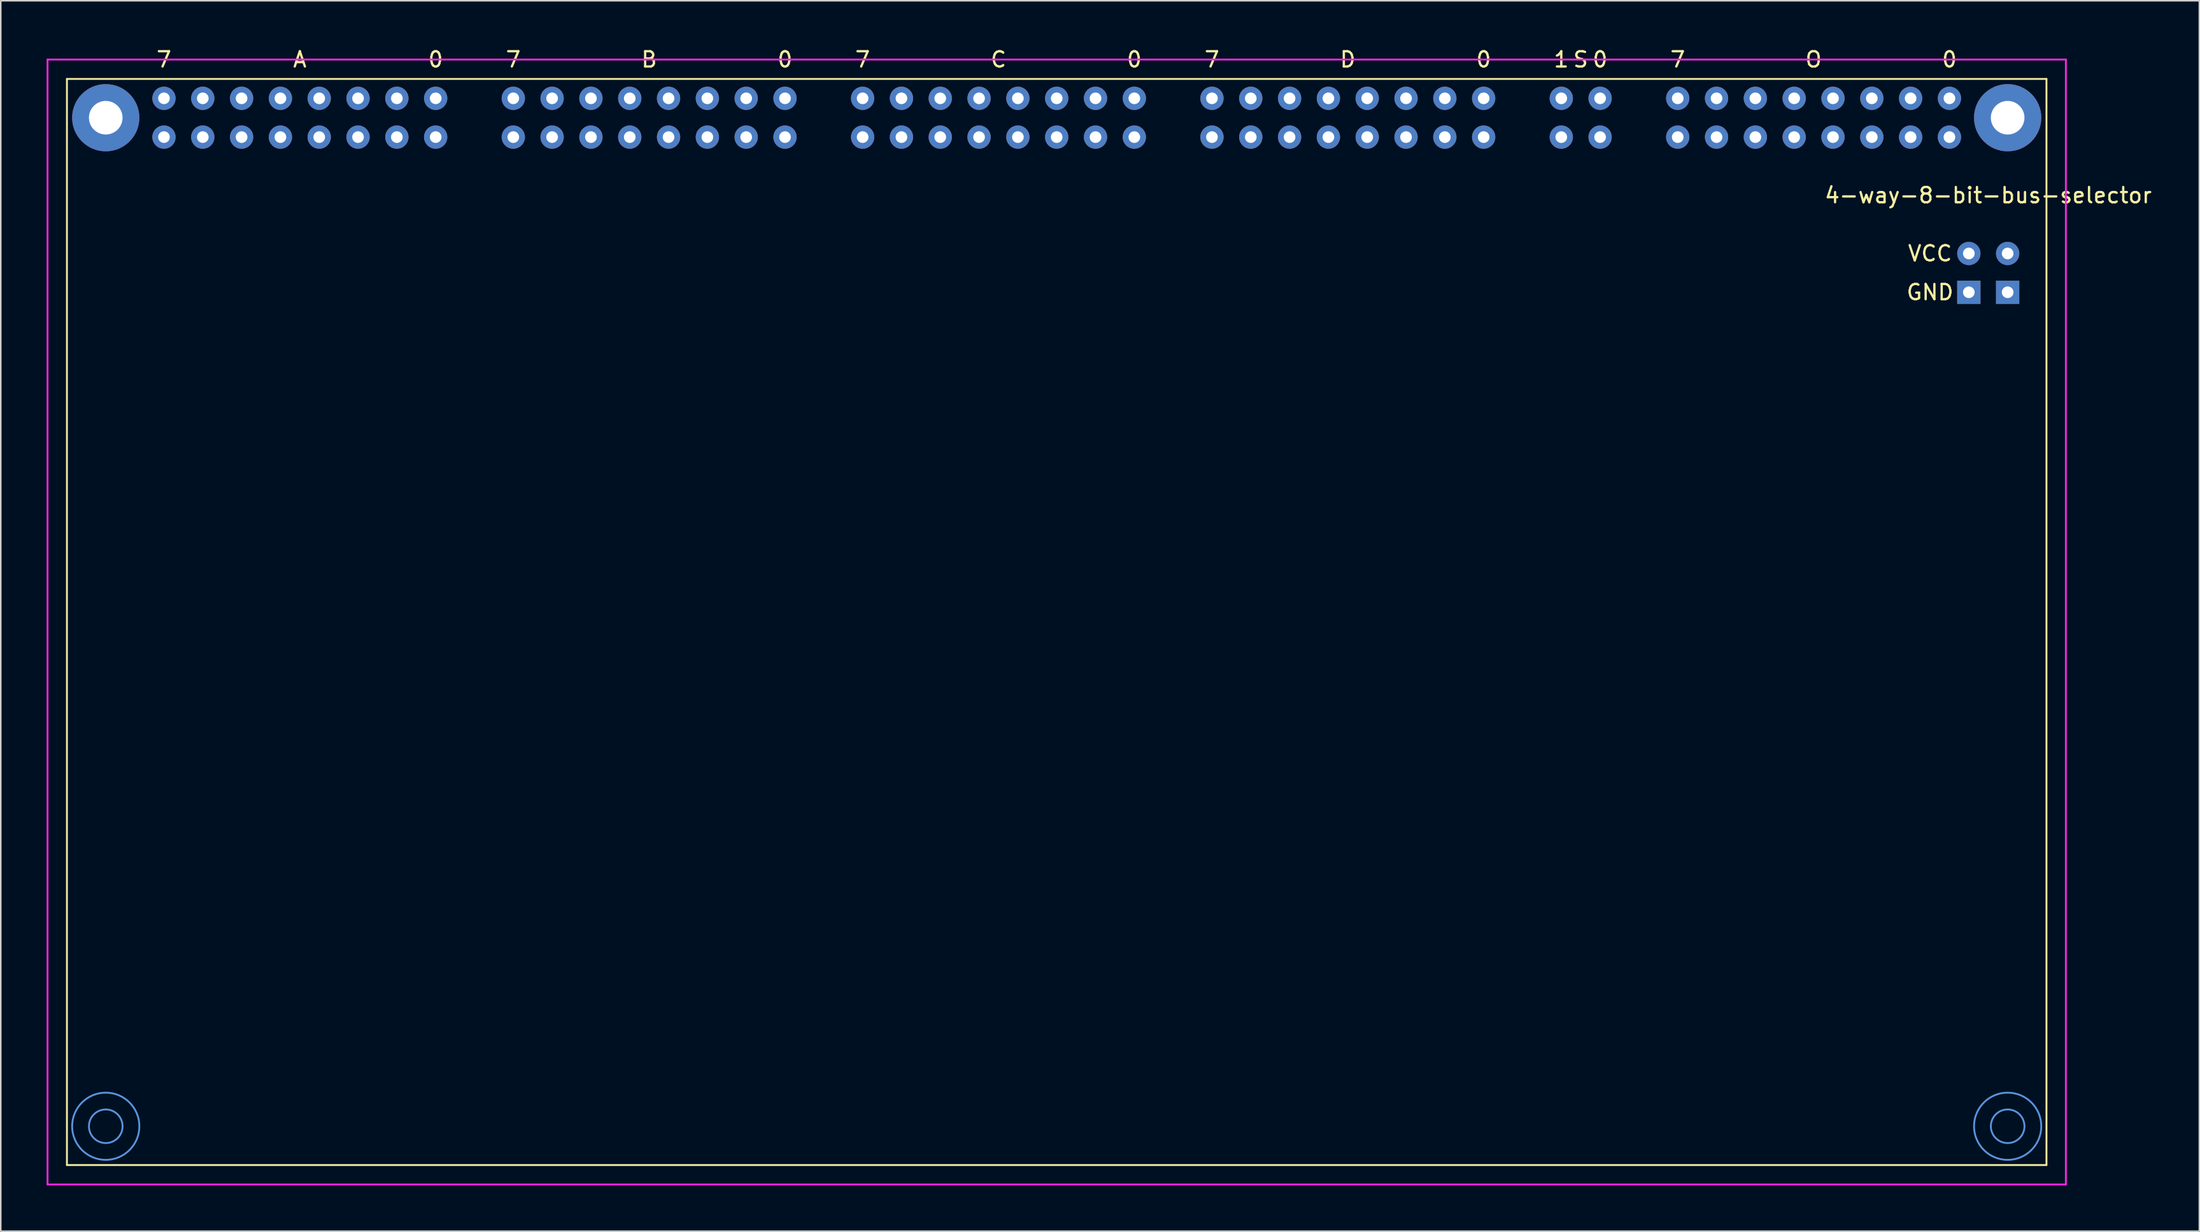
<source format=kicad_pcb>
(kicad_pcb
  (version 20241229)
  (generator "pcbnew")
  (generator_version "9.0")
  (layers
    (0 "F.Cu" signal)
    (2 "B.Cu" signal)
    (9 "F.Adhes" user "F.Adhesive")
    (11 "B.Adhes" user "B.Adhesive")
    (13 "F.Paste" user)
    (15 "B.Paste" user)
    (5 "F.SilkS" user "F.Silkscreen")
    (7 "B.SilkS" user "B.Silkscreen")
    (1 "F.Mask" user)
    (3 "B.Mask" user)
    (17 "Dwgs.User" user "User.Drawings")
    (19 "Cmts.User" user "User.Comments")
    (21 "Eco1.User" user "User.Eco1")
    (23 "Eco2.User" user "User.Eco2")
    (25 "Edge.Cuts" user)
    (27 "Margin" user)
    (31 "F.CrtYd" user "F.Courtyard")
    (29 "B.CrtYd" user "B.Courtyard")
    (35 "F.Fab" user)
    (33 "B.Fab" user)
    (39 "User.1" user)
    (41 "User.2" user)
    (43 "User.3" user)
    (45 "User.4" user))
  (footprint "4-way-8-bit-bus-selector"
    (layer "F.Cu")
    (at 7.68 3.388)
    (property "Reference" "4-way-8-bit-bus-selector" (at 119.38 6.35 0) (layer "F.SilkS") (effects (font (size 1 1) (thickness 0.15))))
    (attr through_hole)
    (fp_line (start -6.35 -1.27) (end 123.19 -1.27) (stroke (width 0.12) (type solid)) (layer "F.SilkS"))
    (fp_line (start -6.35 69.85) (end -6.35 -1.27) (stroke (width 0.12) (type solid)) (layer "F.SilkS"))
    (fp_line (start 123.19 -1.27) (end 123.19 69.85) (stroke (width 0.12) (type solid)) (layer "F.SilkS"))
    (fp_line (start 123.19 69.85) (end -6.35 69.85) (stroke (width 0.12) (type solid)) (layer "F.SilkS"))
    (fp_circle (center -3.81 67.31) (end -2.71 67.31) (stroke (width 0.12) (type solid)) (fill no) (layer "Cmts.User"))
    (fp_circle (center -3.81 67.31) (end -1.61 67.31) (stroke (width 0.12) (type solid)) (fill no) (layer "Cmts.User"))
    (fp_circle (center 120.65 67.31) (end 121.75 67.31) (stroke (width 0.12) (type solid)) (fill no) (layer "Cmts.User"))
    (fp_circle (center 120.65 67.31) (end 122.85 67.31) (stroke (width 0.12) (type solid)) (fill no) (layer "Cmts.User"))
    (fp_line (start -7.62 -2.54) (end 124.46 -2.54) (stroke (width 0.12) (type solid)) (layer "F.CrtYd"))
    (fp_line (start -7.62 71.12) (end -7.62 -2.54) (stroke (width 0.12) (type solid)) (layer "F.CrtYd"))
    (fp_line (start 124.46 -2.54) (end 124.46 71.12) (stroke (width 0.12) (type solid)) (layer "F.CrtYd"))
    (fp_line (start 124.46 71.12) (end -7.62 71.12) (stroke (width 0.12) (type solid)) (layer "F.CrtYd"))
    (fp_text user "A" (at 8.89 -2.54 0) (layer "F.SilkS") (effects (font (size 1 1) (thickness 0.15))))
    (fp_text user "C" (at 54.61 -2.54 0) (layer "F.SilkS") (effects (font (size 1 1) (thickness 0.15))))
    (fp_text user "0" (at 86.36 -2.54 0) (layer "F.SilkS") (effects (font (size 1 1) (thickness 0.15))))
    (fp_text user "O" (at 107.95 -2.54 0) (layer "F.SilkS") (effects (font (size 1 1) (thickness 0.15))))
    (fp_text user "0" (at 116.84 -2.54 0) (layer "F.SilkS") (effects (font (size 1 1) (thickness 0.15))))
    (fp_text user "7" (at 45.72 -2.54 0) (layer "F.SilkS") (effects (font (size 1 1) (thickness 0.15))))
    (fp_text user "0" (at 40.64 -2.54 0) (layer "F.SilkS") (effects (font (size 1 1) (thickness 0.15))))
    (fp_text user "0" (at 17.78 -2.54 0) (layer "F.SilkS") (effects (font (size 1 1) (thickness 0.15))))
    (fp_text user "7" (at 68.58 -2.54 0) (layer "F.SilkS") (effects (font (size 1 1) (thickness 0.15))))
    (fp_text user "VCC" (at 115.57 10.16 0) (layer "F.SilkS") (effects (font (size 1 1) (thickness 0.15))))
    (fp_text user "0" (at 63.5 -2.54 0) (layer "F.SilkS") (effects (font (size 1 1) (thickness 0.15))))
    (fp_text user "7" (at 22.86 -2.54 0) (layer "F.SilkS") (effects (font (size 1 1) (thickness 0.15))))
    (fp_text user "7" (at 99.06 -2.54 0) (layer "F.SilkS") (effects (font (size 1 1) (thickness 0.15))))
    (fp_text user "D" (at 77.47 -2.54 0) (layer "F.SilkS") (effects (font (size 1 1) (thickness 0.15))))
    (fp_text user "1" (at 91.44 -2.54 0) (layer "F.SilkS") (effects (font (size 1 1) (thickness 0.15))))
    (fp_text user "S" (at 92.71 -2.54 0) (layer "F.SilkS") (effects (font (size 1 1) (thickness 0.15))))
    (fp_text user "GND" (at 115.57 12.7 0) (layer "F.SilkS") (effects (font (size 1 1) (thickness 0.15))))
    (fp_text user "B" (at 31.75 -2.54 0) (layer "F.SilkS") (effects (font (size 1 1) (thickness 0.15))))
    (fp_text user "0" (at 93.98 -2.54 0) (layer "F.SilkS") (effects (font (size 1 1) (thickness 0.15))))
    (fp_text user "7" (at 0 -2.54 0) (layer "F.SilkS") (effects (font (size 1 1) (thickness 0.15))))
    (pad "" thru_hole circle (at -3.81 1.27) (size 4.4 4.4) (drill 2.2) (layers "*.Cu" "*.Mask"))
    (pad "" thru_hole circle (at 120.65 1.27) (size 4.4 4.4) (drill 2.2) (layers "*.Cu" "*.Mask"))
    (pad "1" thru_hole circle (at 0 0) (size 1.524 1.524) (drill 0.762) (layers "*.Cu" "*.Mask"))
    (pad "1" thru_hole circle (at 0 2.54) (size 1.524 1.524) (drill 0.762) (layers "*.Cu" "*.Mask"))
    (pad "2" thru_hole circle (at 2.54 0) (size 1.524 1.524) (drill 0.762) (layers "*.Cu" "*.Mask"))
    (pad "2" thru_hole circle (at 2.54 2.54) (size 1.524 1.524) (drill 0.762) (layers "*.Cu" "*.Mask"))
    (pad "3" thru_hole circle (at 5.08 0) (size 1.524 1.524) (drill 0.762) (layers "*.Cu" "*.Mask"))
    (pad "3" thru_hole circle (at 5.08 2.54) (size 1.524 1.524) (drill 0.762) (layers "*.Cu" "*.Mask"))
    (pad "4" thru_hole circle (at 7.62 0) (size 1.524 1.524) (drill 0.762) (layers "*.Cu" "*.Mask"))
    (pad "4" thru_hole circle (at 7.62 2.54) (size 1.524 1.524) (drill 0.762) (layers "*.Cu" "*.Mask"))
    (pad "5" thru_hole circle (at 10.16 0) (size 1.524 1.524) (drill 0.762) (layers "*.Cu" "*.Mask"))
    (pad "5" thru_hole circle (at 10.16 2.54) (size 1.524 1.524) (drill 0.762) (layers "*.Cu" "*.Mask"))
    (pad "6" thru_hole circle (at 12.7 0) (size 1.524 1.524) (drill 0.762) (layers "*.Cu" "*.Mask"))
    (pad "6" thru_hole circle (at 12.7 2.54) (size 1.524 1.524) (drill 0.762) (layers "*.Cu" "*.Mask"))
    (pad "7" thru_hole circle (at 15.24 0) (size 1.524 1.524) (drill 0.762) (layers "*.Cu" "*.Mask"))
    (pad "7" thru_hole circle (at 15.24 2.54) (size 1.524 1.524) (drill 0.762) (layers "*.Cu" "*.Mask"))
    (pad "8" thru_hole circle (at 17.78 0) (size 1.524 1.524) (drill 0.762) (layers "*.Cu" "*.Mask"))
    (pad "8" thru_hole circle (at 17.78 2.54) (size 1.524 1.524) (drill 0.762) (layers "*.Cu" "*.Mask"))
    (pad "9" thru_hole circle (at 22.86 0) (size 1.524 1.524) (drill 0.762) (layers "*.Cu" "*.Mask"))
    (pad "9" thru_hole circle (at 22.86 2.54) (size 1.524 1.524) (drill 0.762) (layers "*.Cu" "*.Mask"))
    (pad "10" thru_hole circle (at 25.4 0) (size 1.524 1.524) (drill 0.762) (layers "*.Cu" "*.Mask"))
    (pad "10" thru_hole circle (at 25.4 2.54) (size 1.524 1.524) (drill 0.762) (layers "*.Cu" "*.Mask"))
    (pad "11" thru_hole circle (at 27.94 0) (size 1.524 1.524) (drill 0.762) (layers "*.Cu" "*.Mask"))
    (pad "11" thru_hole circle (at 27.94 2.54) (size 1.524 1.524) (drill 0.762) (layers "*.Cu" "*.Mask"))
    (pad "12" thru_hole circle (at 30.48 0) (size 1.524 1.524) (drill 0.762) (layers "*.Cu" "*.Mask"))
    (pad "12" thru_hole circle (at 30.48 2.54) (size 1.524 1.524) (drill 0.762) (layers "*.Cu" "*.Mask"))
    (pad "13" thru_hole circle (at 33.02 0) (size 1.524 1.524) (drill 0.762) (layers "*.Cu" "*.Mask"))
    (pad "13" thru_hole circle (at 33.02 2.54) (size 1.524 1.524) (drill 0.762) (layers "*.Cu" "*.Mask"))
    (pad "14" thru_hole circle (at 35.56 0) (size 1.524 1.524) (drill 0.762) (layers "*.Cu" "*.Mask"))
    (pad "14" thru_hole circle (at 35.56 2.54) (size 1.524 1.524) (drill 0.762) (layers "*.Cu" "*.Mask"))
    (pad "15" thru_hole circle (at 38.1 0) (size 1.524 1.524) (drill 0.762) (layers "*.Cu" "*.Mask"))
    (pad "15" thru_hole circle (at 38.1 2.54) (size 1.524 1.524) (drill 0.762) (layers "*.Cu" "*.Mask"))
    (pad "16" thru_hole circle (at 40.64 0) (size 1.524 1.524) (drill 0.762) (layers "*.Cu" "*.Mask"))
    (pad "16" thru_hole circle (at 40.64 2.54) (size 1.524 1.524) (drill 0.762) (layers "*.Cu" "*.Mask"))
    (pad "17" thru_hole circle (at 45.72 0) (size 1.524 1.524) (drill 0.762) (layers "*.Cu" "*.Mask"))
    (pad "17" thru_hole circle (at 45.72 2.54) (size 1.524 1.524) (drill 0.762) (layers "*.Cu" "*.Mask"))
    (pad "18" thru_hole circle (at 48.26 0) (size 1.524 1.524) (drill 0.762) (layers "*.Cu" "*.Mask"))
    (pad "18" thru_hole circle (at 48.26 2.54) (size 1.524 1.524) (drill 0.762) (layers "*.Cu" "*.Mask"))
    (pad "19" thru_hole circle (at 50.8 0) (size 1.524 1.524) (drill 0.762) (layers "*.Cu" "*.Mask"))
    (pad "19" thru_hole circle (at 50.8 2.54) (size 1.524 1.524) (drill 0.762) (layers "*.Cu" "*.Mask"))
    (pad "20" thru_hole circle (at 53.34 0) (size 1.524 1.524) (drill 0.762) (layers "*.Cu" "*.Mask"))
    (pad "20" thru_hole circle (at 53.34 2.54) (size 1.524 1.524) (drill 0.762) (layers "*.Cu" "*.Mask"))
    (pad "21" thru_hole circle (at 55.88 0) (size 1.524 1.524) (drill 0.762) (layers "*.Cu" "*.Mask"))
    (pad "21" thru_hole circle (at 55.88 2.54) (size 1.524 1.524) (drill 0.762) (layers "*.Cu" "*.Mask"))
    (pad "22" thru_hole circle (at 58.42 0) (size 1.524 1.524) (drill 0.762) (layers "*.Cu" "*.Mask"))
    (pad "22" thru_hole circle (at 58.42 2.54) (size 1.524 1.524) (drill 0.762) (layers "*.Cu" "*.Mask"))
    (pad "23" thru_hole circle (at 60.96 0) (size 1.524 1.524) (drill 0.762) (layers "*.Cu" "*.Mask"))
    (pad "23" thru_hole circle (at 60.96 2.54) (size 1.524 1.524) (drill 0.762) (layers "*.Cu" "*.Mask"))
    (pad "24" thru_hole circle (at 63.5 0) (size 1.524 1.524) (drill 0.762) (layers "*.Cu" "*.Mask"))
    (pad "24" thru_hole circle (at 63.5 2.54) (size 1.524 1.524) (drill 0.762) (layers "*.Cu" "*.Mask"))
    (pad "25" thru_hole circle (at 68.58 0) (size 1.524 1.524) (drill 0.762) (layers "*.Cu" "*.Mask"))
    (pad "25" thru_hole circle (at 68.58 2.54) (size 1.524 1.524) (drill 0.762) (layers "*.Cu" "*.Mask"))
    (pad "26" thru_hole circle (at 71.12 0) (size 1.524 1.524) (drill 0.762) (layers "*.Cu" "*.Mask"))
    (pad "26" thru_hole circle (at 71.12 2.54) (size 1.524 1.524) (drill 0.762) (layers "*.Cu" "*.Mask"))
    (pad "27" thru_hole circle (at 73.66 0) (size 1.524 1.524) (drill 0.762) (layers "*.Cu" "*.Mask"))
    (pad "27" thru_hole circle (at 73.66 2.54) (size 1.524 1.524) (drill 0.762) (layers "*.Cu" "*.Mask"))
    (pad "28" thru_hole circle (at 76.2 0) (size 1.524 1.524) (drill 0.762) (layers "*.Cu" "*.Mask"))
    (pad "28" thru_hole circle (at 76.2 2.54) (size 1.524 1.524) (drill 0.762) (layers "*.Cu" "*.Mask"))
    (pad "29" thru_hole circle (at 78.74 0) (size 1.524 1.524) (drill 0.762) (layers "*.Cu" "*.Mask"))
    (pad "29" thru_hole circle (at 78.74 2.54) (size 1.524 1.524) (drill 0.762) (layers "*.Cu" "*.Mask"))
    (pad "30" thru_hole circle (at 81.28 0) (size 1.524 1.524) (drill 0.762) (layers "*.Cu" "*.Mask"))
    (pad "30" thru_hole circle (at 81.28 2.54) (size 1.524 1.524) (drill 0.762) (layers "*.Cu" "*.Mask"))
    (pad "31" thru_hole circle (at 83.82 0) (size 1.524 1.524) (drill 0.762) (layers "*.Cu" "*.Mask"))
    (pad "31" thru_hole circle (at 83.82 2.54) (size 1.524 1.524) (drill 0.762) (layers "*.Cu" "*.Mask"))
    (pad "32" thru_hole circle (at 86.36 0) (size 1.524 1.524) (drill 0.762) (layers "*.Cu" "*.Mask"))
    (pad "32" thru_hole circle (at 86.36 2.54) (size 1.524 1.524) (drill 0.762) (layers "*.Cu" "*.Mask"))
    (pad "33" thru_hole circle (at 91.44 0) (size 1.524 1.524) (drill 0.762) (layers "*.Cu" "*.Mask"))
    (pad "33" thru_hole circle (at 91.44 2.54) (size 1.524 1.524) (drill 0.762) (layers "*.Cu" "*.Mask"))
    (pad "34" thru_hole circle (at 93.98 0) (size 1.524 1.524) (drill 0.762) (layers "*.Cu" "*.Mask"))
    (pad "34" thru_hole circle (at 93.98 2.54) (size 1.524 1.524) (drill 0.762) (layers "*.Cu" "*.Mask"))
    (pad "35" thru_hole circle (at 99.06 0) (size 1.524 1.524) (drill 0.762) (layers "*.Cu" "*.Mask"))
    (pad "35" thru_hole circle (at 99.06 2.54) (size 1.524 1.524) (drill 0.762) (layers "*.Cu" "*.Mask"))
    (pad "36" thru_hole circle (at 101.6 0) (size 1.524 1.524) (drill 0.762) (layers "*.Cu" "*.Mask"))
    (pad "36" thru_hole circle (at 101.6 2.54) (size 1.524 1.524) (drill 0.762) (layers "*.Cu" "*.Mask"))
    (pad "37" thru_hole circle (at 104.14 0) (size 1.524 1.524) (drill 0.762) (layers "*.Cu" "*.Mask"))
    (pad "37" thru_hole circle (at 104.14 2.54) (size 1.524 1.524) (drill 0.762) (layers "*.Cu" "*.Mask"))
    (pad "38" thru_hole circle (at 106.68 0) (size 1.524 1.524) (drill 0.762) (layers "*.Cu" "*.Mask"))
    (pad "38" thru_hole circle (at 106.68 2.54) (size 1.524 1.524) (drill 0.762) (layers "*.Cu" "*.Mask"))
    (pad "39" thru_hole circle (at 109.22 0) (size 1.524 1.524) (drill 0.762) (layers "*.Cu" "*.Mask"))
    (pad "39" thru_hole circle (at 109.22 2.54) (size 1.524 1.524) (drill 0.762) (layers "*.Cu" "*.Mask"))
    (pad "40" thru_hole circle (at 111.76 0) (size 1.524 1.524) (drill 0.762) (layers "*.Cu" "*.Mask"))
    (pad "40" thru_hole circle (at 111.76 2.54) (size 1.524 1.524) (drill 0.762) (layers "*.Cu" "*.Mask"))
    (pad "41" thru_hole circle (at 114.3 0) (size 1.524 1.524) (drill 0.762) (layers "*.Cu" "*.Mask"))
    (pad "41" thru_hole circle (at 114.3 2.54) (size 1.524 1.524) (drill 0.762) (layers "*.Cu" "*.Mask"))
    (pad "42" thru_hole circle (at 116.84 0) (size 1.524 1.524) (drill 0.762) (layers "*.Cu" "*.Mask"))
    (pad "42" thru_hole circle (at 116.84 2.54) (size 1.524 1.524) (drill 0.762) (layers "*.Cu" "*.Mask"))
    (pad "43" thru_hole circle (at 118.11 10.16) (size 1.524 1.524) (drill 0.762) (layers "*.Cu" "*.Mask"))
    (pad "43" thru_hole circle (at 120.65 10.16) (size 1.524 1.524) (drill 0.762) (layers "*.Cu" "*.Mask"))
    (pad "44" thru_hole rect (at 118.11 12.7) (size 1.524 1.524) (drill 0.762) (layers "*.Cu" "*.Mask"))
    (pad "44" thru_hole rect (at 120.65 12.7) (size 1.524 1.524) (drill 0.762) (layers "*.Cu" "*.Mask")))
  (gr_rect
    (start -3 -3)
    (end 140.875 77.568)
    (stroke (width 0.1) (type default))
    (fill no)
    (layer "Edge.Cuts")))
</source>
